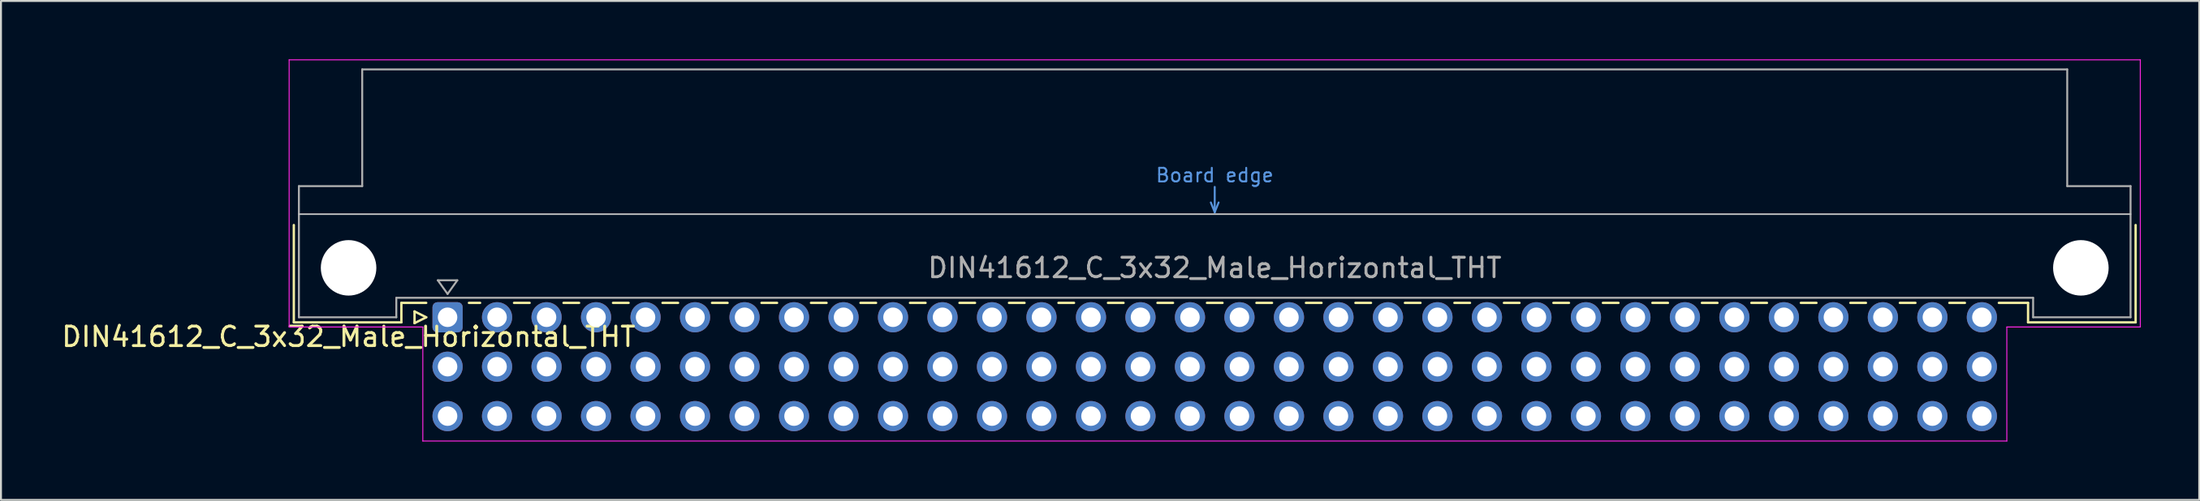
<source format=kicad_pcb>
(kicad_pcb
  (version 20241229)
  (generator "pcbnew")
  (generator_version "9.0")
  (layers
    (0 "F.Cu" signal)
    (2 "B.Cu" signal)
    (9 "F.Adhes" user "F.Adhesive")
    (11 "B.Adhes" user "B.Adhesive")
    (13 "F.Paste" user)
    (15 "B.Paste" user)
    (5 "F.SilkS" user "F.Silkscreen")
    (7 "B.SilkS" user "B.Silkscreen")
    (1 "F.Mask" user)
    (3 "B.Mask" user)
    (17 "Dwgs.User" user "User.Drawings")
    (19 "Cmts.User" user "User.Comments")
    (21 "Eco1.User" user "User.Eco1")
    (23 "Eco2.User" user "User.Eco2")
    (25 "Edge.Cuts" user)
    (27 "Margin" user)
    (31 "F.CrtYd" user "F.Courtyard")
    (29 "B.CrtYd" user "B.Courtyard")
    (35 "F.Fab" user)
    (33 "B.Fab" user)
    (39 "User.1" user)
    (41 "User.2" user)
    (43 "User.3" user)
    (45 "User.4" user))
  (footprint "DIN41612_C_3x32_Male_Horizontal_THT"
    (layer "F.Cu")
    (at 19.919 13.255)
    (property "Reference" "DIN41612_C_3x32_Male_Horizontal_THT" (at -5.08 1 0) (layer "F.SilkS") (effects (font (size 1 1) (thickness 0.15))))
    (attr through_hole)
    (fp_line (start -7.89 -4.74) (end -7.89 0.26) (stroke (width 0.12) (type solid)) (layer "F.SilkS"))
    (fp_line (start -7.89 0.26) (end -2.37 0.26) (stroke (width 0.12) (type solid)) (layer "F.SilkS"))
    (fp_line (start -2.371 -0.74) (end -1.095 -0.74) (stroke (width 0.12) (type solid)) (layer "F.SilkS"))
    (fp_line (start -2.37 0.26) (end -2.37 -0.74) (stroke (width 0.12) (type solid)) (layer "F.SilkS"))
    (fp_line (start -1.695 -0.3) (end -1.695 0.3) (stroke (width 0.12) (type solid)) (layer "F.SilkS"))
    (fp_line (start -1.695 0.3) (end -1.095 0) (stroke (width 0.12) (type solid)) (layer "F.SilkS"))
    (fp_line (start -1.095 0) (end -1.695 -0.3) (stroke (width 0.12) (type solid)) (layer "F.SilkS"))
    (fp_line (start 1.095 -0.74) (end 1.671 -0.74) (stroke (width 0.12) (type solid)) (layer "F.SilkS"))
    (fp_line (start 3.41 -0.74) (end 4.211 -0.74) (stroke (width 0.12) (type solid)) (layer "F.SilkS"))
    (fp_line (start 5.95 -0.74) (end 6.751 -0.74) (stroke (width 0.12) (type solid)) (layer "F.SilkS"))
    (fp_line (start 8.49 -0.74) (end 9.291 -0.74) (stroke (width 0.12) (type solid)) (layer "F.SilkS"))
    (fp_line (start 11.03 -0.74) (end 11.831 -0.74) (stroke (width 0.12) (type solid)) (layer "F.SilkS"))
    (fp_line (start 13.57 -0.74) (end 14.371 -0.74) (stroke (width 0.12) (type solid)) (layer "F.SilkS"))
    (fp_line (start 16.11 -0.74) (end 16.911 -0.74) (stroke (width 0.12) (type solid)) (layer "F.SilkS"))
    (fp_line (start 18.65 -0.74) (end 19.451 -0.74) (stroke (width 0.12) (type solid)) (layer "F.SilkS"))
    (fp_line (start 21.19 -0.74) (end 21.991 -0.74) (stroke (width 0.12) (type solid)) (layer "F.SilkS"))
    (fp_line (start 23.73 -0.74) (end 24.531 -0.74) (stroke (width 0.12) (type solid)) (layer "F.SilkS"))
    (fp_line (start 26.27 -0.74) (end 27.071 -0.74) (stroke (width 0.12) (type solid)) (layer "F.SilkS"))
    (fp_line (start 28.81 -0.74) (end 29.611 -0.74) (stroke (width 0.12) (type solid)) (layer "F.SilkS"))
    (fp_line (start 31.35 -0.74) (end 32.151 -0.74) (stroke (width 0.12) (type solid)) (layer "F.SilkS"))
    (fp_line (start 33.89 -0.74) (end 34.691 -0.74) (stroke (width 0.12) (type solid)) (layer "F.SilkS"))
    (fp_line (start 36.43 -0.74) (end 37.231 -0.74) (stroke (width 0.12) (type solid)) (layer "F.SilkS"))
    (fp_line (start 38.97 -0.74) (end 39.771 -0.74) (stroke (width 0.12) (type solid)) (layer "F.SilkS"))
    (fp_line (start 41.51 -0.74) (end 42.311 -0.74) (stroke (width 0.12) (type solid)) (layer "F.SilkS"))
    (fp_line (start 44.05 -0.74) (end 44.851 -0.74) (stroke (width 0.12) (type solid)) (layer "F.SilkS"))
    (fp_line (start 46.59 -0.74) (end 47.391 -0.74) (stroke (width 0.12) (type solid)) (layer "F.SilkS"))
    (fp_line (start 49.13 -0.74) (end 49.931 -0.74) (stroke (width 0.12) (type solid)) (layer "F.SilkS"))
    (fp_line (start 51.67 -0.74) (end 52.471 -0.74) (stroke (width 0.12) (type solid)) (layer "F.SilkS"))
    (fp_line (start 54.21 -0.74) (end 55.011 -0.74) (stroke (width 0.12) (type solid)) (layer "F.SilkS"))
    (fp_line (start 56.75 -0.74) (end 57.551 -0.74) (stroke (width 0.12) (type solid)) (layer "F.SilkS"))
    (fp_line (start 59.29 -0.74) (end 60.091 -0.74) (stroke (width 0.12) (type solid)) (layer "F.SilkS"))
    (fp_line (start 61.83 -0.74) (end 62.631 -0.74) (stroke (width 0.12) (type solid)) (layer "F.SilkS"))
    (fp_line (start 64.37 -0.74) (end 65.171 -0.74) (stroke (width 0.12) (type solid)) (layer "F.SilkS"))
    (fp_line (start 66.91 -0.74) (end 67.711 -0.74) (stroke (width 0.12) (type solid)) (layer "F.SilkS"))
    (fp_line (start 69.45 -0.74) (end 70.251 -0.74) (stroke (width 0.12) (type solid)) (layer "F.SilkS"))
    (fp_line (start 71.99 -0.74) (end 72.791 -0.74) (stroke (width 0.12) (type solid)) (layer "F.SilkS"))
    (fp_line (start 74.53 -0.74) (end 75.331 -0.74) (stroke (width 0.12) (type solid)) (layer "F.SilkS"))
    (fp_line (start 77.07 -0.74) (end 77.871 -0.74) (stroke (width 0.12) (type solid)) (layer "F.SilkS"))
    (fp_line (start 79.61 -0.74) (end 81.11 -0.74) (stroke (width 0.12) (type solid)) (layer "F.SilkS"))
    (fp_line (start 81.11 0.26) (end 81.11 -0.74) (stroke (width 0.12) (type solid)) (layer "F.SilkS"))
    (fp_line (start 86.63 -4.74) (end 86.63 0.26) (stroke (width 0.12) (type solid)) (layer "F.SilkS"))
    (fp_line (start 86.63 0.26) (end 81.11 0.26) (stroke (width 0.12) (type solid)) (layer "F.SilkS"))
    (fp_line (start -7.63 -5.3) (end 86.37 -5.3) (stroke (width 0.08) (type solid)) (layer "Dwgs.User"))
    (fp_line (start 39.17 -5.9) (end 39.37 -5.4) (stroke (width 0.1) (type solid)) (layer "Cmts.User"))
    (fp_line (start 39.37 -5.4) (end 39.37 -6.7) (stroke (width 0.1) (type solid)) (layer "Cmts.User"))
    (fp_line (start 39.37 -5.4) (end 39.57 -5.9) (stroke (width 0.1) (type solid)) (layer "Cmts.User"))
    (fp_line (start -8.13 -13.23) (end -8.13 0.5) (stroke (width 0.05) (type solid)) (layer "F.CrtYd"))
    (fp_line (start -8.13 0.5) (end -1.27 0.5) (stroke (width 0.05) (type solid)) (layer "F.CrtYd"))
    (fp_line (start -1.27 0.5) (end -1.27 6.36) (stroke (width 0.05) (type solid)) (layer "F.CrtYd"))
    (fp_line (start -1.27 6.36) (end 80.02 6.36) (stroke (width 0.05) (type solid)) (layer "F.CrtYd"))
    (fp_line (start 80.02 0.5) (end 86.87 0.5) (stroke (width 0.05) (type solid)) (layer "F.CrtYd"))
    (fp_line (start 80.02 6.36) (end 80.02 0.5) (stroke (width 0.05) (type solid)) (layer "F.CrtYd"))
    (fp_line (start 86.87 -13.23) (end -8.13 -13.23) (stroke (width 0.05) (type solid)) (layer "F.CrtYd"))
    (fp_line (start 86.87 0.5) (end 86.87 -13.23) (stroke (width 0.05) (type solid)) (layer "F.CrtYd"))
    (fp_line (start -7.63 -6.74) (end -7.63 0) (stroke (width 0.1) (type solid)) (layer "F.Fab"))
    (fp_line (start -7.63 0) (end -2.63 0) (stroke (width 0.1) (type solid)) (layer "F.Fab"))
    (fp_line (start -4.38 -12.74) (end -4.38 -6.74) (stroke (width 0.1) (type solid)) (layer "F.Fab"))
    (fp_line (start -4.38 -6.74) (end -7.63 -6.74) (stroke (width 0.1) (type solid)) (layer "F.Fab"))
    (fp_line (start -2.63 -1) (end 81.37 -1) (stroke (width 0.1) (type solid)) (layer "F.Fab"))
    (fp_line (start -2.63 0) (end -2.63 -1) (stroke (width 0.1) (type solid)) (layer "F.Fab"))
    (fp_line (start -0.5 -1.9) (end 0.5 -1.9) (stroke (width 0.1) (type solid)) (layer "F.Fab"))
    (fp_line (start 0 -1.2) (end -0.5 -1.9) (stroke (width 0.1) (type solid)) (layer "F.Fab"))
    (fp_line (start 0.5 -1.9) (end 0 -1.2) (stroke (width 0.1) (type solid)) (layer "F.Fab"))
    (fp_line (start 81.37 -1) (end 81.37 0) (stroke (width 0.1) (type solid)) (layer "F.Fab"))
    (fp_line (start 81.37 0) (end 86.37 0) (stroke (width 0.1) (type solid)) (layer "F.Fab"))
    (fp_line (start 83.12 -12.74) (end -4.38 -12.74) (stroke (width 0.1) (type solid)) (layer "F.Fab"))
    (fp_line (start 83.12 -6.74) (end 83.12 -12.74) (stroke (width 0.1) (type solid)) (layer "F.Fab"))
    (fp_line (start 86.37 -6.74) (end 83.12 -6.74) (stroke (width 0.1) (type solid)) (layer "F.Fab"))
    (fp_line (start 86.37 0) (end 86.37 -6.74) (stroke (width 0.1) (type solid)) (layer "F.Fab"))
    (fp_text user "Board edge" (at 39.37 -7.3 0) (layer "Cmts.User") (effects (font (size 0.7 0.7) (thickness 0.1))))
    (fp_text user "${REFERENCE}" (at 39.37 -2.54 0) (layer "F.Fab") (effects (font (size 1 1) (thickness 0.15))))
    (pad "" np_thru_hole circle (at -5.08 -2.54) (size 2.85 2.85) (drill 2.85) (layers "*.Cu" "*.Mask"))
    (pad "" np_thru_hole circle (at 83.82 -2.54) (size 2.85 2.85) (drill 2.85) (layers "*.Cu" "*.Mask"))
    (pad "A1" thru_hole roundrect (at 0 0) (size 1.55 1.55) (drill 1) (layers "*.Cu" "*.Mask") (roundrect_rratio 0.161))
    (pad "A2" thru_hole circle (at 2.54 0) (size 1.55 1.55) (drill 1) (layers "*.Cu" "*.Mask"))
    (pad "A3" thru_hole circle (at 5.08 0) (size 1.55 1.55) (drill 1) (layers "*.Cu" "*.Mask"))
    (pad "A4" thru_hole circle (at 7.62 0) (size 1.55 1.55) (drill 1) (layers "*.Cu" "*.Mask"))
    (pad "A5" thru_hole circle (at 10.16 0) (size 1.55 1.55) (drill 1) (layers "*.Cu" "*.Mask"))
    (pad "A6" thru_hole circle (at 12.7 0) (size 1.55 1.55) (drill 1) (layers "*.Cu" "*.Mask"))
    (pad "A7" thru_hole circle (at 15.24 0) (size 1.55 1.55) (drill 1) (layers "*.Cu" "*.Mask"))
    (pad "A8" thru_hole circle (at 17.78 0) (size 1.55 1.55) (drill 1) (layers "*.Cu" "*.Mask"))
    (pad "A9" thru_hole circle (at 20.32 0) (size 1.55 1.55) (drill 1) (layers "*.Cu" "*.Mask"))
    (pad "A10" thru_hole circle (at 22.86 0) (size 1.55 1.55) (drill 1) (layers "*.Cu" "*.Mask"))
    (pad "A11" thru_hole circle (at 25.4 0) (size 1.55 1.55) (drill 1) (layers "*.Cu" "*.Mask"))
    (pad "A12" thru_hole circle (at 27.94 0) (size 1.55 1.55) (drill 1) (layers "*.Cu" "*.Mask"))
    (pad "A13" thru_hole circle (at 30.48 0) (size 1.55 1.55) (drill 1) (layers "*.Cu" "*.Mask"))
    (pad "A14" thru_hole circle (at 33.02 0) (size 1.55 1.55) (drill 1) (layers "*.Cu" "*.Mask"))
    (pad "A15" thru_hole circle (at 35.56 0) (size 1.55 1.55) (drill 1) (layers "*.Cu" "*.Mask"))
    (pad "A16" thru_hole circle (at 38.1 0) (size 1.55 1.55) (drill 1) (layers "*.Cu" "*.Mask"))
    (pad "A17" thru_hole circle (at 40.64 0) (size 1.55 1.55) (drill 1) (layers "*.Cu" "*.Mask"))
    (pad "A18" thru_hole circle (at 43.18 0) (size 1.55 1.55) (drill 1) (layers "*.Cu" "*.Mask"))
    (pad "A19" thru_hole circle (at 45.72 0) (size 1.55 1.55) (drill 1) (layers "*.Cu" "*.Mask"))
    (pad "A20" thru_hole circle (at 48.26 0) (size 1.55 1.55) (drill 1) (layers "*.Cu" "*.Mask"))
    (pad "A21" thru_hole circle (at 50.8 0) (size 1.55 1.55) (drill 1) (layers "*.Cu" "*.Mask"))
    (pad "A22" thru_hole circle (at 53.34 0) (size 1.55 1.55) (drill 1) (layers "*.Cu" "*.Mask"))
    (pad "A23" thru_hole circle (at 55.88 0) (size 1.55 1.55) (drill 1) (layers "*.Cu" "*.Mask"))
    (pad "A24" thru_hole circle (at 58.42 0) (size 1.55 1.55) (drill 1) (layers "*.Cu" "*.Mask"))
    (pad "A25" thru_hole circle (at 60.96 0) (size 1.55 1.55) (drill 1) (layers "*.Cu" "*.Mask"))
    (pad "A26" thru_hole circle (at 63.5 0) (size 1.55 1.55) (drill 1) (layers "*.Cu" "*.Mask"))
    (pad "A27" thru_hole circle (at 66.04 0) (size 1.55 1.55) (drill 1) (layers "*.Cu" "*.Mask"))
    (pad "A28" thru_hole circle (at 68.58 0) (size 1.55 1.55) (drill 1) (layers "*.Cu" "*.Mask"))
    (pad "A29" thru_hole circle (at 71.12 0) (size 1.55 1.55) (drill 1) (layers "*.Cu" "*.Mask"))
    (pad "A30" thru_hole circle (at 73.66 0) (size 1.55 1.55) (drill 1) (layers "*.Cu" "*.Mask"))
    (pad "A31" thru_hole circle (at 76.2 0) (size 1.55 1.55) (drill 1) (layers "*.Cu" "*.Mask"))
    (pad "A32" thru_hole circle (at 78.74 0) (size 1.55 1.55) (drill 1) (layers "*.Cu" "*.Mask"))
    (pad "B1" thru_hole circle (at 0 2.54) (size 1.55 1.55) (drill 1) (layers "*.Cu" "*.Mask"))
    (pad "B2" thru_hole circle (at 2.54 2.54) (size 1.55 1.55) (drill 1) (layers "*.Cu" "*.Mask"))
    (pad "B3" thru_hole circle (at 5.08 2.54) (size 1.55 1.55) (drill 1) (layers "*.Cu" "*.Mask"))
    (pad "B4" thru_hole circle (at 7.62 2.54) (size 1.55 1.55) (drill 1) (layers "*.Cu" "*.Mask"))
    (pad "B5" thru_hole circle (at 10.16 2.54) (size 1.55 1.55) (drill 1) (layers "*.Cu" "*.Mask"))
    (pad "B6" thru_hole circle (at 12.7 2.54) (size 1.55 1.55) (drill 1) (layers "*.Cu" "*.Mask"))
    (pad "B7" thru_hole circle (at 15.24 2.54) (size 1.55 1.55) (drill 1) (layers "*.Cu" "*.Mask"))
    (pad "B8" thru_hole circle (at 17.78 2.54) (size 1.55 1.55) (drill 1) (layers "*.Cu" "*.Mask"))
    (pad "B9" thru_hole circle (at 20.32 2.54) (size 1.55 1.55) (drill 1) (layers "*.Cu" "*.Mask"))
    (pad "B10" thru_hole circle (at 22.86 2.54) (size 1.55 1.55) (drill 1) (layers "*.Cu" "*.Mask"))
    (pad "B11" thru_hole circle (at 25.4 2.54) (size 1.55 1.55) (drill 1) (layers "*.Cu" "*.Mask"))
    (pad "B12" thru_hole circle (at 27.94 2.54) (size 1.55 1.55) (drill 1) (layers "*.Cu" "*.Mask"))
    (pad "B13" thru_hole circle (at 30.48 2.54) (size 1.55 1.55) (drill 1) (layers "*.Cu" "*.Mask"))
    (pad "B14" thru_hole circle (at 33.02 2.54) (size 1.55 1.55) (drill 1) (layers "*.Cu" "*.Mask"))
    (pad "B15" thru_hole circle (at 35.56 2.54) (size 1.55 1.55) (drill 1) (layers "*.Cu" "*.Mask"))
    (pad "B16" thru_hole circle (at 38.1 2.54) (size 1.55 1.55) (drill 1) (layers "*.Cu" "*.Mask"))
    (pad "B17" thru_hole circle (at 40.64 2.54) (size 1.55 1.55) (drill 1) (layers "*.Cu" "*.Mask"))
    (pad "B18" thru_hole circle (at 43.18 2.54) (size 1.55 1.55) (drill 1) (layers "*.Cu" "*.Mask"))
    (pad "B19" thru_hole circle (at 45.72 2.54) (size 1.55 1.55) (drill 1) (layers "*.Cu" "*.Mask"))
    (pad "B20" thru_hole circle (at 48.26 2.54) (size 1.55 1.55) (drill 1) (layers "*.Cu" "*.Mask"))
    (pad "B21" thru_hole circle (at 50.8 2.54) (size 1.55 1.55) (drill 1) (layers "*.Cu" "*.Mask"))
    (pad "B22" thru_hole circle (at 53.34 2.54) (size 1.55 1.55) (drill 1) (layers "*.Cu" "*.Mask"))
    (pad "B23" thru_hole circle (at 55.88 2.54) (size 1.55 1.55) (drill 1) (layers "*.Cu" "*.Mask"))
    (pad "B24" thru_hole circle (at 58.42 2.54) (size 1.55 1.55) (drill 1) (layers "*.Cu" "*.Mask"))
    (pad "B25" thru_hole circle (at 60.96 2.54) (size 1.55 1.55) (drill 1) (layers "*.Cu" "*.Mask"))
    (pad "B26" thru_hole circle (at 63.5 2.54) (size 1.55 1.55) (drill 1) (layers "*.Cu" "*.Mask"))
    (pad "B27" thru_hole circle (at 66.04 2.54) (size 1.55 1.55) (drill 1) (layers "*.Cu" "*.Mask"))
    (pad "B28" thru_hole circle (at 68.58 2.54) (size 1.55 1.55) (drill 1) (layers "*.Cu" "*.Mask"))
    (pad "B29" thru_hole circle (at 71.12 2.54) (size 1.55 1.55) (drill 1) (layers "*.Cu" "*.Mask"))
    (pad "B30" thru_hole circle (at 73.66 2.54) (size 1.55 1.55) (drill 1) (layers "*.Cu" "*.Mask"))
    (pad "B31" thru_hole circle (at 76.2 2.54) (size 1.55 1.55) (drill 1) (layers "*.Cu" "*.Mask"))
    (pad "B32" thru_hole circle (at 78.74 2.54) (size 1.55 1.55) (drill 1) (layers "*.Cu" "*.Mask"))
    (pad "C1" thru_hole circle (at 0 5.08) (size 1.55 1.55) (drill 1) (layers "*.Cu" "*.Mask"))
    (pad "C2" thru_hole circle (at 2.54 5.08) (size 1.55 1.55) (drill 1) (layers "*.Cu" "*.Mask"))
    (pad "C3" thru_hole circle (at 5.08 5.08) (size 1.55 1.55) (drill 1) (layers "*.Cu" "*.Mask"))
    (pad "C4" thru_hole circle (at 7.62 5.08) (size 1.55 1.55) (drill 1) (layers "*.Cu" "*.Mask"))
    (pad "C5" thru_hole circle (at 10.16 5.08) (size 1.55 1.55) (drill 1) (layers "*.Cu" "*.Mask"))
    (pad "C6" thru_hole circle (at 12.7 5.08) (size 1.55 1.55) (drill 1) (layers "*.Cu" "*.Mask"))
    (pad "C7" thru_hole circle (at 15.24 5.08) (size 1.55 1.55) (drill 1) (layers "*.Cu" "*.Mask"))
    (pad "C8" thru_hole circle (at 17.78 5.08) (size 1.55 1.55) (drill 1) (layers "*.Cu" "*.Mask"))
    (pad "C9" thru_hole circle (at 20.32 5.08) (size 1.55 1.55) (drill 1) (layers "*.Cu" "*.Mask"))
    (pad "C10" thru_hole circle (at 22.86 5.08) (size 1.55 1.55) (drill 1) (layers "*.Cu" "*.Mask"))
    (pad "C11" thru_hole circle (at 25.4 5.08) (size 1.55 1.55) (drill 1) (layers "*.Cu" "*.Mask"))
    (pad "C12" thru_hole circle (at 27.94 5.08) (size 1.55 1.55) (drill 1) (layers "*.Cu" "*.Mask"))
    (pad "C13" thru_hole circle (at 30.48 5.08) (size 1.55 1.55) (drill 1) (layers "*.Cu" "*.Mask"))
    (pad "C14" thru_hole circle (at 33.02 5.08) (size 1.55 1.55) (drill 1) (layers "*.Cu" "*.Mask"))
    (pad "C15" thru_hole circle (at 35.56 5.08) (size 1.55 1.55) (drill 1) (layers "*.Cu" "*.Mask"))
    (pad "C16" thru_hole circle (at 38.1 5.08) (size 1.55 1.55) (drill 1) (layers "*.Cu" "*.Mask"))
    (pad "C17" thru_hole circle (at 40.64 5.08) (size 1.55 1.55) (drill 1) (layers "*.Cu" "*.Mask"))
    (pad "C18" thru_hole circle (at 43.18 5.08) (size 1.55 1.55) (drill 1) (layers "*.Cu" "*.Mask"))
    (pad "C19" thru_hole circle (at 45.72 5.08) (size 1.55 1.55) (drill 1) (layers "*.Cu" "*.Mask"))
    (pad "C20" thru_hole circle (at 48.26 5.08) (size 1.55 1.55) (drill 1) (layers "*.Cu" "*.Mask"))
    (pad "C21" thru_hole circle (at 50.8 5.08) (size 1.55 1.55) (drill 1) (layers "*.Cu" "*.Mask"))
    (pad "C22" thru_hole circle (at 53.34 5.08) (size 1.55 1.55) (drill 1) (layers "*.Cu" "*.Mask"))
    (pad "C23" thru_hole circle (at 55.88 5.08) (size 1.55 1.55) (drill 1) (layers "*.Cu" "*.Mask"))
    (pad "C24" thru_hole circle (at 58.42 5.08) (size 1.55 1.55) (drill 1) (layers "*.Cu" "*.Mask"))
    (pad "C25" thru_hole circle (at 60.96 5.08) (size 1.55 1.55) (drill 1) (layers "*.Cu" "*.Mask"))
    (pad "C26" thru_hole circle (at 63.5 5.08) (size 1.55 1.55) (drill 1) (layers "*.Cu" "*.Mask"))
    (pad "C27" thru_hole circle (at 66.04 5.08) (size 1.55 1.55) (drill 1) (layers "*.Cu" "*.Mask"))
    (pad "C28" thru_hole circle (at 68.58 5.08) (size 1.55 1.55) (drill 1) (layers "*.Cu" "*.Mask"))
    (pad "C29" thru_hole circle (at 71.12 5.08) (size 1.55 1.55) (drill 1) (layers "*.Cu" "*.Mask"))
    (pad "C30" thru_hole circle (at 73.66 5.08) (size 1.55 1.55) (drill 1) (layers "*.Cu" "*.Mask"))
    (pad "C31" thru_hole circle (at 76.2 5.08) (size 1.55 1.55) (drill 1) (layers "*.Cu" "*.Mask"))
    (pad "C32" thru_hole circle (at 78.74 5.08) (size 1.55 1.55) (drill 1) (layers "*.Cu" "*.Mask")))
  (gr_rect
    (start -3 -3)
    (end 109.814 22.64)
    (stroke (width 0.1) (type default))
    (fill no)
    (layer "Edge.Cuts")))
</source>
